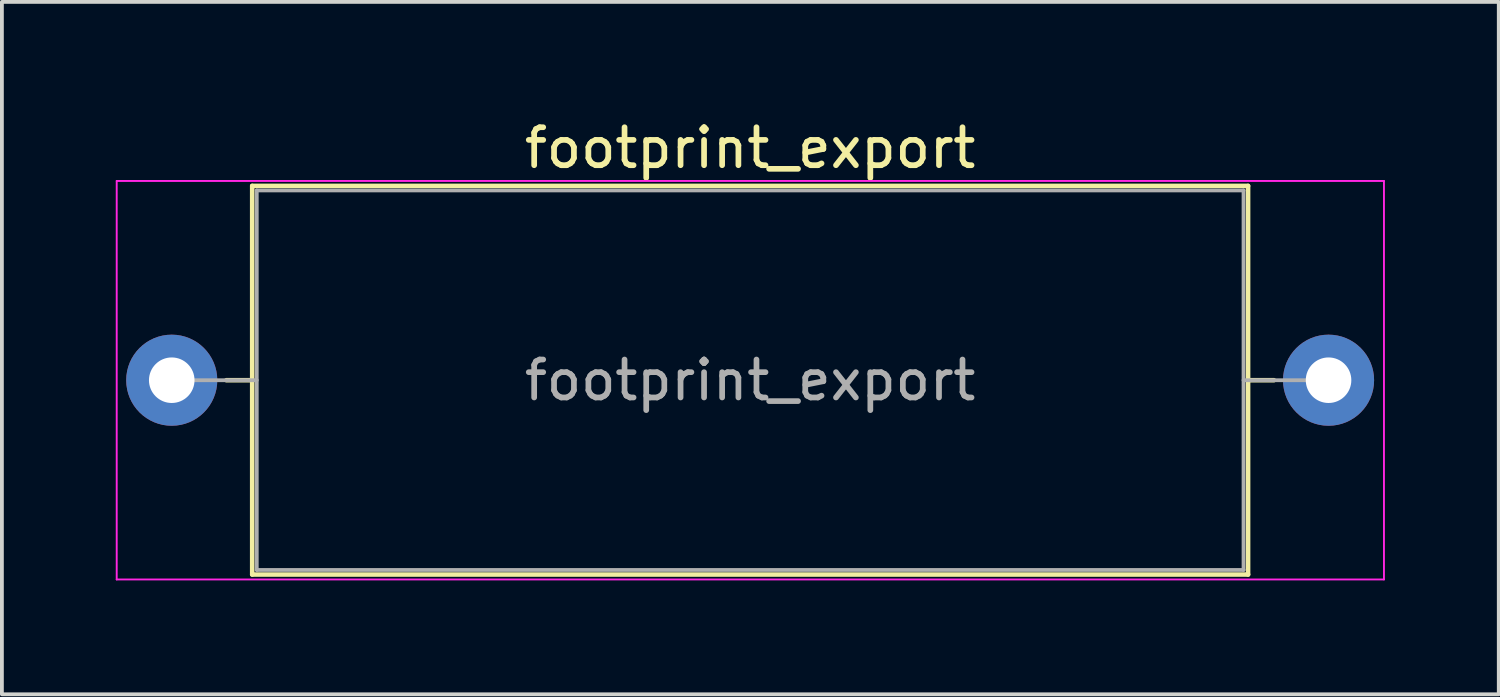
<source format=kicad_pcb>
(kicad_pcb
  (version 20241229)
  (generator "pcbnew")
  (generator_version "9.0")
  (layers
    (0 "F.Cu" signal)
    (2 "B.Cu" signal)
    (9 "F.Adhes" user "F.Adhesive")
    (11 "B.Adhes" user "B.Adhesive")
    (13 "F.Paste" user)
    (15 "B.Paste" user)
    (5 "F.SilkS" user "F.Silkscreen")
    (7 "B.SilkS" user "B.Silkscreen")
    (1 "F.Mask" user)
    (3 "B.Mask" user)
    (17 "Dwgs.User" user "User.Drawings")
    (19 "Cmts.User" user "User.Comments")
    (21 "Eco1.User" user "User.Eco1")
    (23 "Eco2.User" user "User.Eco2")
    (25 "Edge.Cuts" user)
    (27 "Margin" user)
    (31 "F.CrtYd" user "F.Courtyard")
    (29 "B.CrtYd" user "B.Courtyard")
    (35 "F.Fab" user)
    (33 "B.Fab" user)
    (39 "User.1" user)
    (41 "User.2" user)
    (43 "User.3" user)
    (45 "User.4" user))
  (footprint "footprint_export"
    (layer "F.Cu")
    (at 1.475 6.968)
    (property "Reference" "footprint_export" (at 15.24 -6.12 0) (layer "F.SilkS") (effects (font (size 1 1) (thickness 0.15))))
    (attr through_hole)
    (fp_line (start 1.44 0) (end 2.12 0) (stroke (width 0.12) (type solid)) (layer "F.SilkS"))
    (fp_line (start 2.12 -5.12) (end 2.12 5.12) (stroke (width 0.12) (type solid)) (layer "F.SilkS"))
    (fp_line (start 2.12 5.12) (end 28.36 5.12) (stroke (width 0.12) (type solid)) (layer "F.SilkS"))
    (fp_line (start 28.36 -5.12) (end 2.12 -5.12) (stroke (width 0.12) (type solid)) (layer "F.SilkS"))
    (fp_line (start 28.36 5.12) (end 28.36 -5.12) (stroke (width 0.12) (type solid)) (layer "F.SilkS"))
    (fp_line (start 29.04 0) (end 28.36 0) (stroke (width 0.12) (type solid)) (layer "F.SilkS"))
    (fp_line (start -1.45 -5.25) (end -1.45 5.25) (stroke (width 0.05) (type solid)) (layer "F.CrtYd"))
    (fp_line (start -1.45 5.25) (end 31.94 5.25) (stroke (width 0.05) (type solid)) (layer "F.CrtYd"))
    (fp_line (start 31.94 -5.25) (end -1.45 -5.25) (stroke (width 0.05) (type solid)) (layer "F.CrtYd"))
    (fp_line (start 31.94 5.25) (end 31.94 -5.25) (stroke (width 0.05) (type solid)) (layer "F.CrtYd"))
    (fp_line (start 0 0) (end 2.24 0) (stroke (width 0.1) (type solid)) (layer "F.Fab"))
    (fp_line (start 2.24 -5) (end 2.24 5) (stroke (width 0.1) (type solid)) (layer "F.Fab"))
    (fp_line (start 2.24 5) (end 28.24 5) (stroke (width 0.1) (type solid)) (layer "F.Fab"))
    (fp_line (start 28.24 -5) (end 2.24 -5) (stroke (width 0.1) (type solid)) (layer "F.Fab"))
    (fp_line (start 28.24 5) (end 28.24 -5) (stroke (width 0.1) (type solid)) (layer "F.Fab"))
    (fp_line (start 30.48 0) (end 28.24 0) (stroke (width 0.1) (type solid)) (layer "F.Fab"))
    (fp_text user "${REFERENCE}" (at 15.24 0 0) (layer "F.Fab") (effects (font (size 1 1) (thickness 0.15))))
    (pad "1" thru_hole circle (at 0 0) (size 2.4 2.4) (drill 1.2) (layers "*.Cu" "*.Mask"))
    (pad "2" thru_hole oval (at 30.48 0) (size 2.4 2.4) (drill 1.2) (layers "*.Cu" "*.Mask")))
  (gr_rect
    (start -3 -3)
    (end 36.44 15.243)
    (stroke (width 0.1) (type default))
    (fill no)
    (layer "Edge.Cuts")))
</source>
